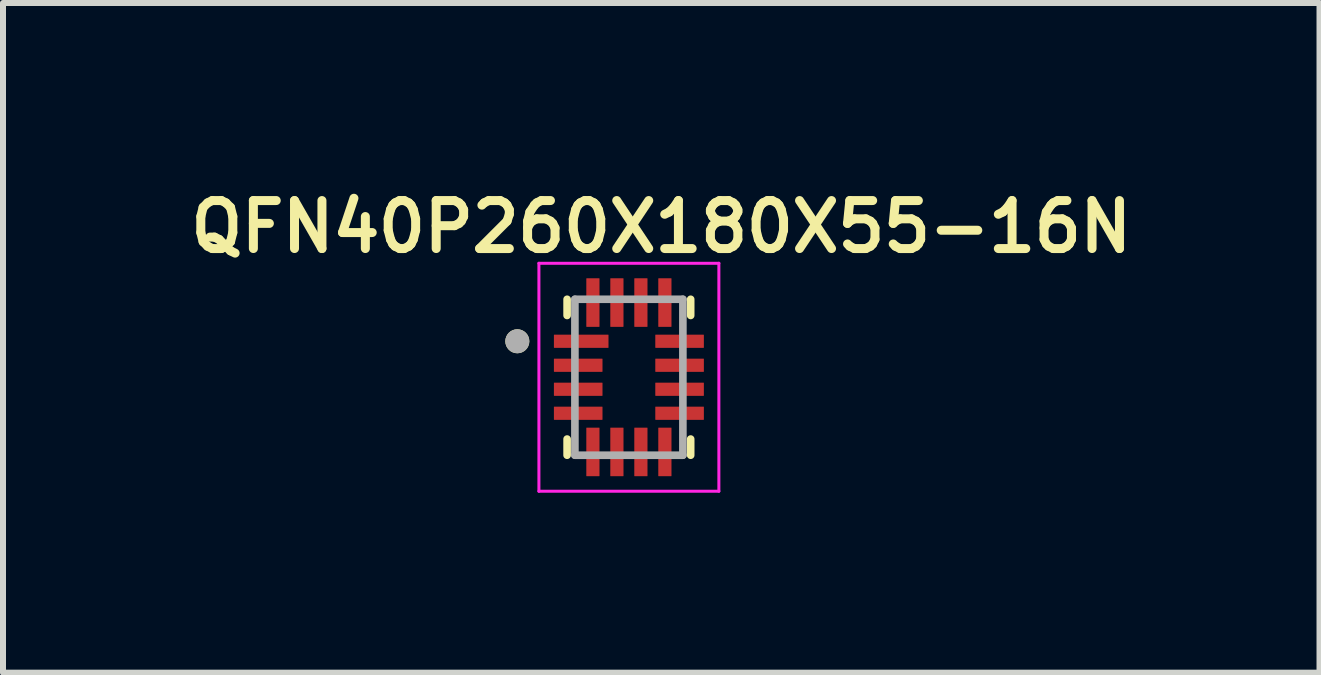
<source format=kicad_pcb>
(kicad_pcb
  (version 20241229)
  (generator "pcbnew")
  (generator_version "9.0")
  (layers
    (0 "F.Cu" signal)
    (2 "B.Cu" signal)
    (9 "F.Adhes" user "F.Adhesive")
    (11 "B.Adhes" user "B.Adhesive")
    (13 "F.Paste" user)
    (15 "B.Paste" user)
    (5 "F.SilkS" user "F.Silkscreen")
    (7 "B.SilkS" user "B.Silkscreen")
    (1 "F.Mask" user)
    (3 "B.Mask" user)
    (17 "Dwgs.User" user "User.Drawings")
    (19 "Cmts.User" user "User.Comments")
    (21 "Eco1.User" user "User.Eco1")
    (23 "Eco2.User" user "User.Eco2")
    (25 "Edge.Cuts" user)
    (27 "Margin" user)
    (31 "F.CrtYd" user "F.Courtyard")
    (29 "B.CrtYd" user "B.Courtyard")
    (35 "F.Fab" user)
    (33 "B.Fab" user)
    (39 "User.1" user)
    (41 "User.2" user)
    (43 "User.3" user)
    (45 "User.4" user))
  (footprint "QFN40P260X180X55-16N"
    (layer "F.Cu")
    (at 7.434 3.239)
    (property "Reference" "QFN40P260X180X55-16N" (at 0.54 -2.508 0) (layer "F.SilkS") (effects (font (size 0.8 0.8) (thickness 0.15))))
    (attr through_hole)
    (fp_line (start -1.03 -1.3) (end -1.03 -1.03) (stroke (width 0.127) (type solid)) (layer "F.SilkS"))
    (fp_line (start -1.03 1.3) (end -1.03 1.03) (stroke (width 0.127) (type solid)) (layer "F.SilkS"))
    (fp_line (start 1.03 -1.3) (end 1.03 -1.03) (stroke (width 0.127) (type solid)) (layer "F.SilkS"))
    (fp_line (start 1.03 1.3) (end 1.03 1.03) (stroke (width 0.127) (type solid)) (layer "F.SilkS"))
    (fp_circle (center -1.86 -0.6) (end -1.76 -0.6) (stroke (width 0.2) (type solid)) (fill no) (layer "F.SilkS"))
    (fp_line (start -1.5 -1.9) (end 1.5 -1.9) (stroke (width 0.05) (type solid)) (layer "F.CrtYd"))
    (fp_line (start -1.5 1.9) (end -1.5 -1.9) (stroke (width 0.05) (type solid)) (layer "F.CrtYd"))
    (fp_line (start -1.5 1.9) (end 1.5 1.9) (stroke (width 0.05) (type solid)) (layer "F.CrtYd"))
    (fp_line (start 1.5 1.9) (end 1.5 -1.9) (stroke (width 0.05) (type solid)) (layer "F.CrtYd"))
    (fp_line (start -0.9 1.3) (end -0.9 -1.3) (stroke (width 0.127) (type solid)) (layer "F.Fab"))
    (fp_line (start 0.9 -1.3) (end -0.9 -1.3) (stroke (width 0.127) (type solid)) (layer "F.Fab"))
    (fp_line (start 0.9 1.3) (end -0.9 1.3) (stroke (width 0.127) (type solid)) (layer "F.Fab"))
    (fp_line (start 0.9 1.3) (end 0.9 -1.3) (stroke (width 0.127) (type solid)) (layer "F.Fab"))
    (fp_circle (center -1.86 -0.6) (end -1.76 -0.6) (stroke (width 0.2) (type solid)) (fill no) (layer "F.Fab"))
    (pad "1" smd roundrect (at -0.795 -0.6) (size 0.91 0.22) (layers "F.Cu" "F.Mask" "F.Paste") (roundrect_rratio 0.03))
    (pad "2" smd roundrect (at -0.845 -0.2) (size 0.81 0.22) (layers "F.Cu" "F.Mask" "F.Paste") (roundrect_rratio 0.03))
    (pad "3" smd roundrect (at -0.845 0.2) (size 0.81 0.22) (layers "F.Cu" "F.Mask" "F.Paste") (roundrect_rratio 0.03))
    (pad "4" smd roundrect (at -0.845 0.6) (size 0.81 0.22) (layers "F.Cu" "F.Mask" "F.Paste") (roundrect_rratio 0.03))
    (pad "5" smd roundrect (at -0.6 1.245 90) (size 0.81 0.22) (layers "F.Cu" "F.Mask" "F.Paste") (roundrect_rratio 0.03))
    (pad "6" smd roundrect (at -0.2 1.245 90) (size 0.81 0.22) (layers "F.Cu" "F.Mask" "F.Paste") (roundrect_rratio 0.03))
    (pad "7" smd roundrect (at 0.2 1.245 90) (size 0.81 0.22) (layers "F.Cu" "F.Mask" "F.Paste") (roundrect_rratio 0.03))
    (pad "8" smd roundrect (at 0.6 1.245 90) (size 0.81 0.22) (layers "F.Cu" "F.Mask" "F.Paste") (roundrect_rratio 0.03))
    (pad "9" smd roundrect (at 0.845 0.6) (size 0.81 0.22) (layers "F.Cu" "F.Mask" "F.Paste") (roundrect_rratio 0.03))
    (pad "10" smd roundrect (at 0.845 0.2) (size 0.81 0.22) (layers "F.Cu" "F.Mask" "F.Paste") (roundrect_rratio 0.03))
    (pad "11" smd roundrect (at 0.845 -0.2) (size 0.81 0.22) (layers "F.Cu" "F.Mask" "F.Paste") (roundrect_rratio 0.03))
    (pad "12" smd roundrect (at 0.845 -0.6) (size 0.81 0.22) (layers "F.Cu" "F.Mask" "F.Paste") (roundrect_rratio 0.03))
    (pad "13" smd roundrect (at 0.6 -1.245 90) (size 0.81 0.22) (layers "F.Cu" "F.Mask" "F.Paste") (roundrect_rratio 0.03))
    (pad "14" smd roundrect (at 0.2 -1.245 90) (size 0.81 0.22) (layers "F.Cu" "F.Mask" "F.Paste") (roundrect_rratio 0.03))
    (pad "15" smd roundrect (at -0.2 -1.245 90) (size 0.81 0.22) (layers "F.Cu" "F.Mask" "F.Paste") (roundrect_rratio 0.03))
    (pad "16" smd roundrect (at -0.6 -1.245 90) (size 0.81 0.22) (layers "F.Cu" "F.Mask" "F.Paste") (roundrect_rratio 0.03)))
  (gr_rect
    (start -3 -3)
    (end 18.947 8.164)
    (stroke (width 0.1) (type default))
    (fill no)
    (layer "Edge.Cuts")))
</source>
